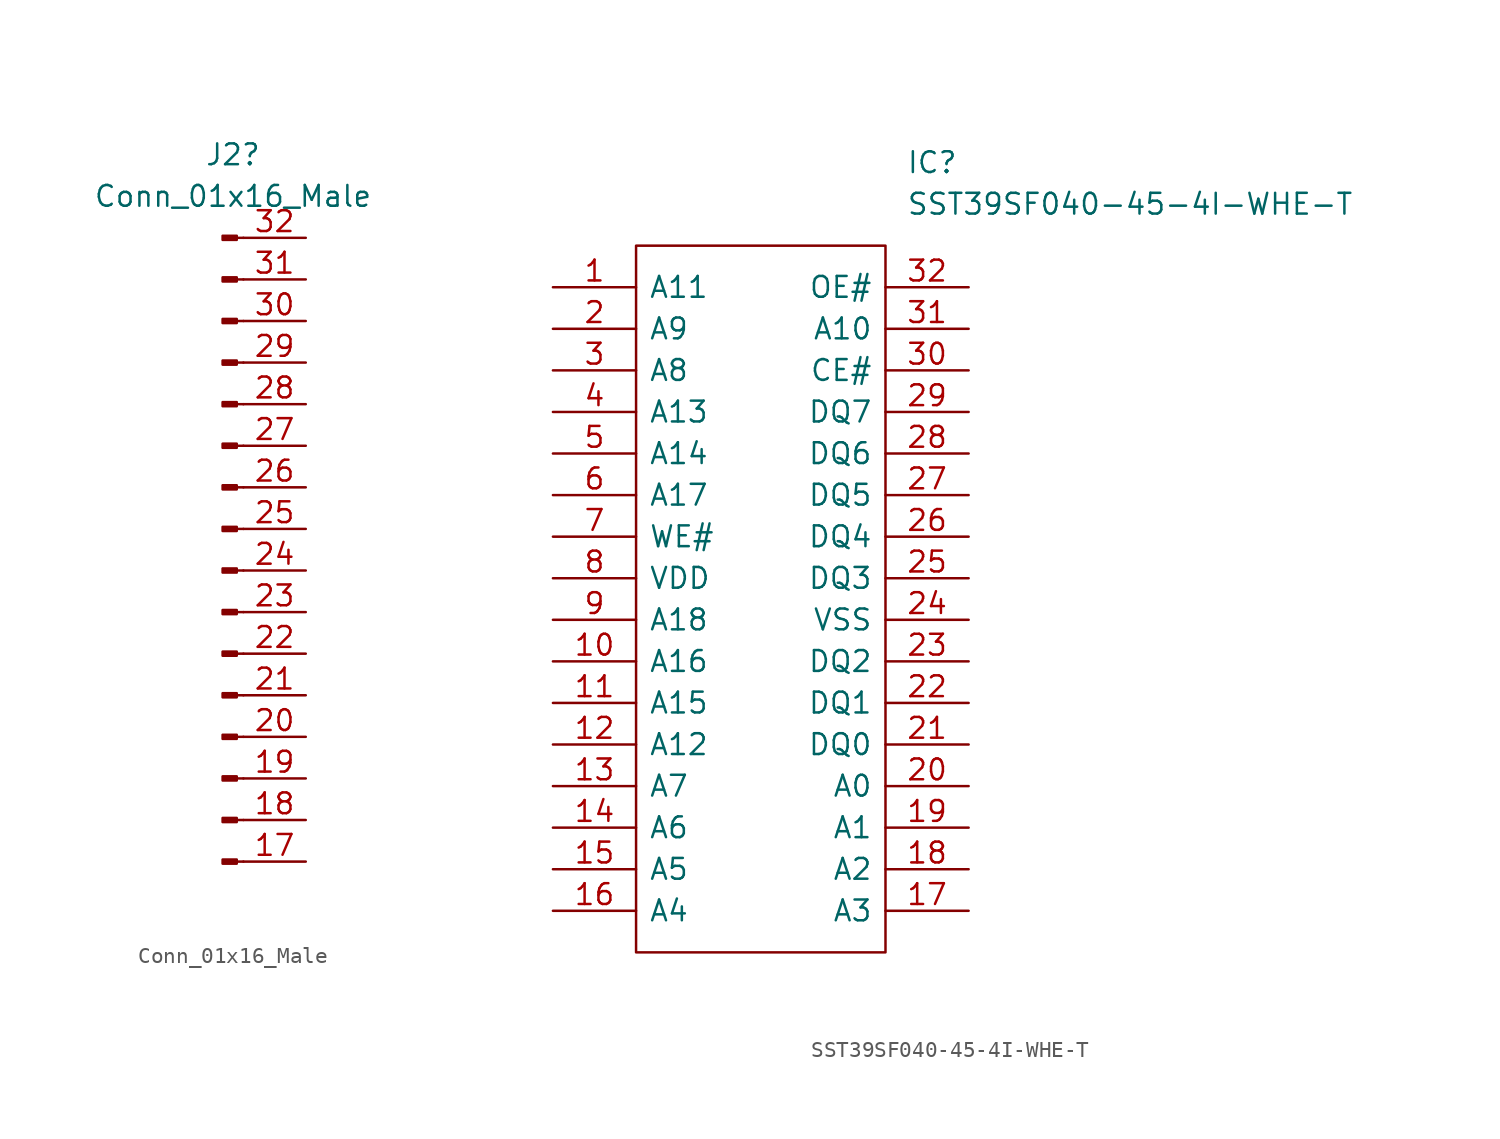
<source format=kicad_sym>
(kicad_symbol_lib
  (version 20211014)
  (generator kicad_symbol_editor)
  (symbol "Conn_01x16_Male"
    (pin_names
      (offset 1.016) hide)
    (property "Reference" "J2"
      (at 0.635 22.86 0)
      (effects (font (size 1.27 1.27))))
    (property "Value" "Conn_01x16_Male"
      (at 0.635 20.32 0)
      (effects (font (size 1.27 1.27))))
    (symbol "Conn_01x16_Male_1_1"
      (polyline (pts (xy 1.27 -20.32) (xy 0.864 -20.32)) (stroke (width 0.152) (type default) (color 0 0 0 0)) (fill (type none)))
      (polyline (pts (xy 1.27 -17.78) (xy 0.864 -17.78)) (stroke (width 0.152) (type default) (color 0 0 0 0)) (fill (type none)))
      (polyline (pts (xy 1.27 -15.24) (xy 0.864 -15.24)) (stroke (width 0.152) (type default) (color 0 0 0 0)) (fill (type none)))
      (polyline (pts (xy 1.27 -12.7) (xy 0.864 -12.7)) (stroke (width 0.152) (type default) (color 0 0 0 0)) (fill (type none)))
      (polyline (pts (xy 1.27 -10.16) (xy 0.864 -10.16)) (stroke (width 0.152) (type default) (color 0 0 0 0)) (fill (type none)))
      (polyline (pts (xy 1.27 -7.62) (xy 0.864 -7.62)) (stroke (width 0.152) (type default) (color 0 0 0 0)) (fill (type none)))
      (polyline (pts (xy 1.27 -5.08) (xy 0.864 -5.08)) (stroke (width 0.152) (type default) (color 0 0 0 0)) (fill (type none)))
      (polyline (pts (xy 1.27 -2.54) (xy 0.864 -2.54)) (stroke (width 0.152) (type default) (color 0 0 0 0)) (fill (type none)))
      (polyline (pts (xy 1.27 0) (xy 0.864 0)) (stroke (width 0.152) (type default) (color 0 0 0 0)) (fill (type none)))
      (polyline (pts (xy 1.27 2.54) (xy 0.864 2.54)) (stroke (width 0.152) (type default) (color 0 0 0 0)) (fill (type none)))
      (polyline (pts (xy 1.27 5.08) (xy 0.864 5.08)) (stroke (width 0.152) (type default) (color 0 0 0 0)) (fill (type none)))
      (polyline (pts (xy 1.27 7.62) (xy 0.864 7.62)) (stroke (width 0.152) (type default) (color 0 0 0 0)) (fill (type none)))
      (polyline (pts (xy 1.27 10.16) (xy 0.864 10.16)) (stroke (width 0.152) (type default) (color 0 0 0 0)) (fill (type none)))
      (polyline (pts (xy 1.27 12.7) (xy 0.864 12.7)) (stroke (width 0.152) (type default) (color 0 0 0 0)) (fill (type none)))
      (polyline (pts (xy 1.27 15.24) (xy 0.864 15.24)) (stroke (width 0.152) (type default) (color 0 0 0 0)) (fill (type none)))
      (polyline (pts (xy 1.27 17.78) (xy 0.864 17.78)) (stroke (width 0.152) (type default) (color 0 0 0 0)) (fill (type none)))
      (rectangle (start 0.864 -20.193) (end 0 -20.447) (stroke (width 0.152) (type default) (color 0 0 0 0)) (fill (type outline)))
      (rectangle (start 0.864 -17.653) (end 0 -17.907) (stroke (width 0.152) (type default) (color 0 0 0 0)) (fill (type outline)))
      (rectangle (start 0.864 -15.113) (end 0 -15.367) (stroke (width 0.152) (type default) (color 0 0 0 0)) (fill (type outline)))
      (rectangle (start 0.864 -12.573) (end 0 -12.827) (stroke (width 0.152) (type default) (color 0 0 0 0)) (fill (type outline)))
      (rectangle (start 0.864 -10.033) (end 0 -10.287) (stroke (width 0.152) (type default) (color 0 0 0 0)) (fill (type outline)))
      (rectangle (start 0.864 -7.493) (end 0 -7.747) (stroke (width 0.152) (type default) (color 0 0 0 0)) (fill (type outline)))
      (rectangle (start 0.864 -4.953) (end 0 -5.207) (stroke (width 0.152) (type default) (color 0 0 0 0)) (fill (type outline)))
      (rectangle (start 0.864 -2.413) (end 0 -2.667) (stroke (width 0.152) (type default) (color 0 0 0 0)) (fill (type outline)))
      (rectangle (start 0.864 0.127) (end 0 -0.127) (stroke (width 0.152) (type default) (color 0 0 0 0)) (fill (type outline)))
      (rectangle (start 0.864 2.667) (end 0 2.413) (stroke (width 0.152) (type default) (color 0 0 0 0)) (fill (type outline)))
      (rectangle (start 0.864 5.207) (end 0 4.953) (stroke (width 0.152) (type default) (color 0 0 0 0)) (fill (type outline)))
      (rectangle (start 0.864 7.747) (end 0 7.493) (stroke (width 0.152) (type default) (color 0 0 0 0)) (fill (type outline)))
      (rectangle (start 0.864 10.287) (end 0 10.033) (stroke (width 0.152) (type default) (color 0 0 0 0)) (fill (type outline)))
      (rectangle (start 0.864 12.827) (end 0 12.573) (stroke (width 0.152) (type default) (color 0 0 0 0)) (fill (type outline)))
      (rectangle (start 0.864 15.367) (end 0 15.113) (stroke (width 0.152) (type default) (color 0 0 0 0)) (fill (type outline)))
      (rectangle (start 0.864 17.907) (end 0 17.653) (stroke (width 0.152) (type default) (color 0 0 0 0)) (fill (type outline)))
      (pin passive line (at 5.08 -20.32 180) (length 3.81) (name "Pin_17" (effects (font (size 1.27 1.27)))) (number "17" (effects (font (size 1.27 1.27)))))
      (pin passive line (at 5.08 -17.78 180) (length 3.81) (name "Pin_18" (effects (font (size 1.27 1.27)))) (number "18" (effects (font (size 1.27 1.27)))))
      (pin passive line (at 5.08 -15.24 180) (length 3.81) (name "Pin_19" (effects (font (size 1.27 1.27)))) (number "19" (effects (font (size 1.27 1.27)))))
      (pin passive line (at 5.08 -12.7 180) (length 3.81) (name "Pin_20" (effects (font (size 1.27 1.27)))) (number "20" (effects (font (size 1.27 1.27)))))
      (pin passive line (at 5.08 -10.16 180) (length 3.81) (name "Pin_21" (effects (font (size 1.27 1.27)))) (number "21" (effects (font (size 1.27 1.27)))))
      (pin passive line (at 5.08 -7.62 180) (length 3.81) (name "Pin_22" (effects (font (size 1.27 1.27)))) (number "22" (effects (font (size 1.27 1.27)))))
      (pin passive line (at 5.08 -5.08 180) (length 3.81) (name "Pin_23" (effects (font (size 1.27 1.27)))) (number "23" (effects (font (size 1.27 1.27)))))
      (pin passive line (at 5.08 -2.54 180) (length 3.81) (name "Pin_24" (effects (font (size 1.27 1.27)))) (number "24" (effects (font (size 1.27 1.27)))))
      (pin passive line (at 5.08 0 180) (length 3.81) (name "Pin_25" (effects (font (size 1.27 1.27)))) (number "25" (effects (font (size 1.27 1.27)))))
      (pin passive line (at 5.08 2.54 180) (length 3.81) (name "Pin_26" (effects (font (size 1.27 1.27)))) (number "26" (effects (font (size 1.27 1.27)))))
      (pin passive line (at 5.08 5.08 180) (length 3.81) (name "Pin_27" (effects (font (size 1.27 1.27)))) (number "27" (effects (font (size 1.27 1.27)))))
      (pin passive line (at 5.08 7.62 180) (length 3.81) (name "Pin_28" (effects (font (size 1.27 1.27)))) (number "28" (effects (font (size 1.27 1.27)))))
      (pin passive line (at 5.08 10.16 180) (length 3.81) (name "Pin_29" (effects (font (size 1.27 1.27)))) (number "29" (effects (font (size 1.27 1.27)))))
      (pin passive line (at 5.08 12.7 180) (length 3.81) (name "Pin_30" (effects (font (size 1.27 1.27)))) (number "30" (effects (font (size 1.27 1.27)))))
      (pin passive line (at 5.08 15.24 180) (length 3.81) (name "Pin_31" (effects (font (size 1.27 1.27)))) (number "31" (effects (font (size 1.27 1.27)))))
      (pin passive line (at 5.08 17.78 180) (length 3.81) (name "Pin_32" (effects (font (size 1.27 1.27)))) (number "32" (effects (font (size 1.27 1.27)))))))
  (symbol "SST39SF040-45-4I-WHE-T"
    (pin_names
      (offset 0.762))
    (property "Reference" "IC"
      (at 21.59 7.62 0)
      (effects (font (size 1.27 1.27)) (justify left)))
    (property "Value" "SST39SF040-45-4I-WHE-T"
      (at 21.59 5.08 0)
      (effects (font (size 1.27 1.27)) (justify left)))
    (symbol "SST39SF040-45-4I-WHE-T_0_0"
      (pin passive line (at 0 0 0) (length 5.08) (name "A11" (effects (font (size 1.27 1.27)))) (number "1" (effects (font (size 1.27 1.27)))))
      (pin passive line (at 0 -22.86 0) (length 5.08) (name "A16" (effects (font (size 1.27 1.27)))) (number "10" (effects (font (size 1.27 1.27)))))
      (pin passive line (at 0 -25.4 0) (length 5.08) (name "A15" (effects (font (size 1.27 1.27)))) (number "11" (effects (font (size 1.27 1.27)))))
      (pin passive line (at 0 -27.94 0) (length 5.08) (name "A12" (effects (font (size 1.27 1.27)))) (number "12" (effects (font (size 1.27 1.27)))))
      (pin passive line (at 0 -30.48 0) (length 5.08) (name "A7" (effects (font (size 1.27 1.27)))) (number "13" (effects (font (size 1.27 1.27)))))
      (pin passive line (at 0 -33.02 0) (length 5.08) (name "A6" (effects (font (size 1.27 1.27)))) (number "14" (effects (font (size 1.27 1.27)))))
      (pin passive line (at 0 -35.56 0) (length 5.08) (name "A5" (effects (font (size 1.27 1.27)))) (number "15" (effects (font (size 1.27 1.27)))))
      (pin passive line (at 0 -38.1 0) (length 5.08) (name "A4" (effects (font (size 1.27 1.27)))) (number "16" (effects (font (size 1.27 1.27)))))
      (pin passive line (at 25.4 -38.1 180) (length 5.08) (name "A3" (effects (font (size 1.27 1.27)))) (number "17" (effects (font (size 1.27 1.27)))))
      (pin passive line (at 25.4 -35.56 180) (length 5.08) (name "A2" (effects (font (size 1.27 1.27)))) (number "18" (effects (font (size 1.27 1.27)))))
      (pin passive line (at 25.4 -33.02 180) (length 5.08) (name "A1" (effects (font (size 1.27 1.27)))) (number "19" (effects (font (size 1.27 1.27)))))
      (pin passive line (at 0 -2.54 0) (length 5.08) (name "A9" (effects (font (size 1.27 1.27)))) (number "2" (effects (font (size 1.27 1.27)))))
      (pin passive line (at 25.4 -30.48 180) (length 5.08) (name "A0" (effects (font (size 1.27 1.27)))) (number "20" (effects (font (size 1.27 1.27)))))
      (pin passive line (at 25.4 -27.94 180) (length 5.08) (name "DQ0" (effects (font (size 1.27 1.27)))) (number "21" (effects (font (size 1.27 1.27)))))
      (pin passive line (at 25.4 -25.4 180) (length 5.08) (name "DQ1" (effects (font (size 1.27 1.27)))) (number "22" (effects (font (size 1.27 1.27)))))
      (pin passive line (at 25.4 -22.86 180) (length 5.08) (name "DQ2" (effects (font (size 1.27 1.27)))) (number "23" (effects (font (size 1.27 1.27)))))
      (pin passive line (at 25.4 -20.32 180) (length 5.08) (name "VSS" (effects (font (size 1.27 1.27)))) (number "24" (effects (font (size 1.27 1.27)))))
      (pin passive line (at 25.4 -17.78 180) (length 5.08) (name "DQ3" (effects (font (size 1.27 1.27)))) (number "25" (effects (font (size 1.27 1.27)))))
      (pin passive line (at 25.4 -15.24 180) (length 5.08) (name "DQ4" (effects (font (size 1.27 1.27)))) (number "26" (effects (font (size 1.27 1.27)))))
      (pin passive line (at 25.4 -12.7 180) (length 5.08) (name "DQ5" (effects (font (size 1.27 1.27)))) (number "27" (effects (font (size 1.27 1.27)))))
      (pin passive line (at 25.4 -10.16 180) (length 5.08) (name "DQ6" (effects (font (size 1.27 1.27)))) (number "28" (effects (font (size 1.27 1.27)))))
      (pin passive line (at 25.4 -7.62 180) (length 5.08) (name "DQ7" (effects (font (size 1.27 1.27)))) (number "29" (effects (font (size 1.27 1.27)))))
      (pin passive line (at 0 -5.08 0) (length 5.08) (name "A8" (effects (font (size 1.27 1.27)))) (number "3" (effects (font (size 1.27 1.27)))))
      (pin passive line (at 25.4 -5.08 180) (length 5.08) (name "CE#" (effects (font (size 1.27 1.27)))) (number "30" (effects (font (size 1.27 1.27)))))
      (pin passive line (at 25.4 -2.54 180) (length 5.08) (name "A10" (effects (font (size 1.27 1.27)))) (number "31" (effects (font (size 1.27 1.27)))))
      (pin passive line (at 25.4 0 180) (length 5.08) (name "OE#" (effects (font (size 1.27 1.27)))) (number "32" (effects (font (size 1.27 1.27)))))
      (pin passive line (at 0 -7.62 0) (length 5.08) (name "A13" (effects (font (size 1.27 1.27)))) (number "4" (effects (font (size 1.27 1.27)))))
      (pin passive line (at 0 -10.16 0) (length 5.08) (name "A14" (effects (font (size 1.27 1.27)))) (number "5" (effects (font (size 1.27 1.27)))))
      (pin passive line (at 0 -12.7 0) (length 5.08) (name "A17" (effects (font (size 1.27 1.27)))) (number "6" (effects (font (size 1.27 1.27)))))
      (pin passive line (at 0 -15.24 0) (length 5.08) (name "WE#" (effects (font (size 1.27 1.27)))) (number "7" (effects (font (size 1.27 1.27)))))
      (pin passive line (at 0 -17.78 0) (length 5.08) (name "VDD" (effects (font (size 1.27 1.27)))) (number "8" (effects (font (size 1.27 1.27)))))
      (pin passive line (at 0 -20.32 0) (length 5.08) (name "A18" (effects (font (size 1.27 1.27)))) (number "9" (effects (font (size 1.27 1.27))))))
    (symbol "SST39SF040-45-4I-WHE-T_0_1"
      (polyline (pts (xy 5.08 2.54) (xy 20.32 2.54) (xy 20.32 -40.64) (xy 5.08 -40.64) (xy 5.08 2.54)) (stroke (width 0.152) (type default) (color 0 0 0 0)) (fill (type none))))))
</source>
